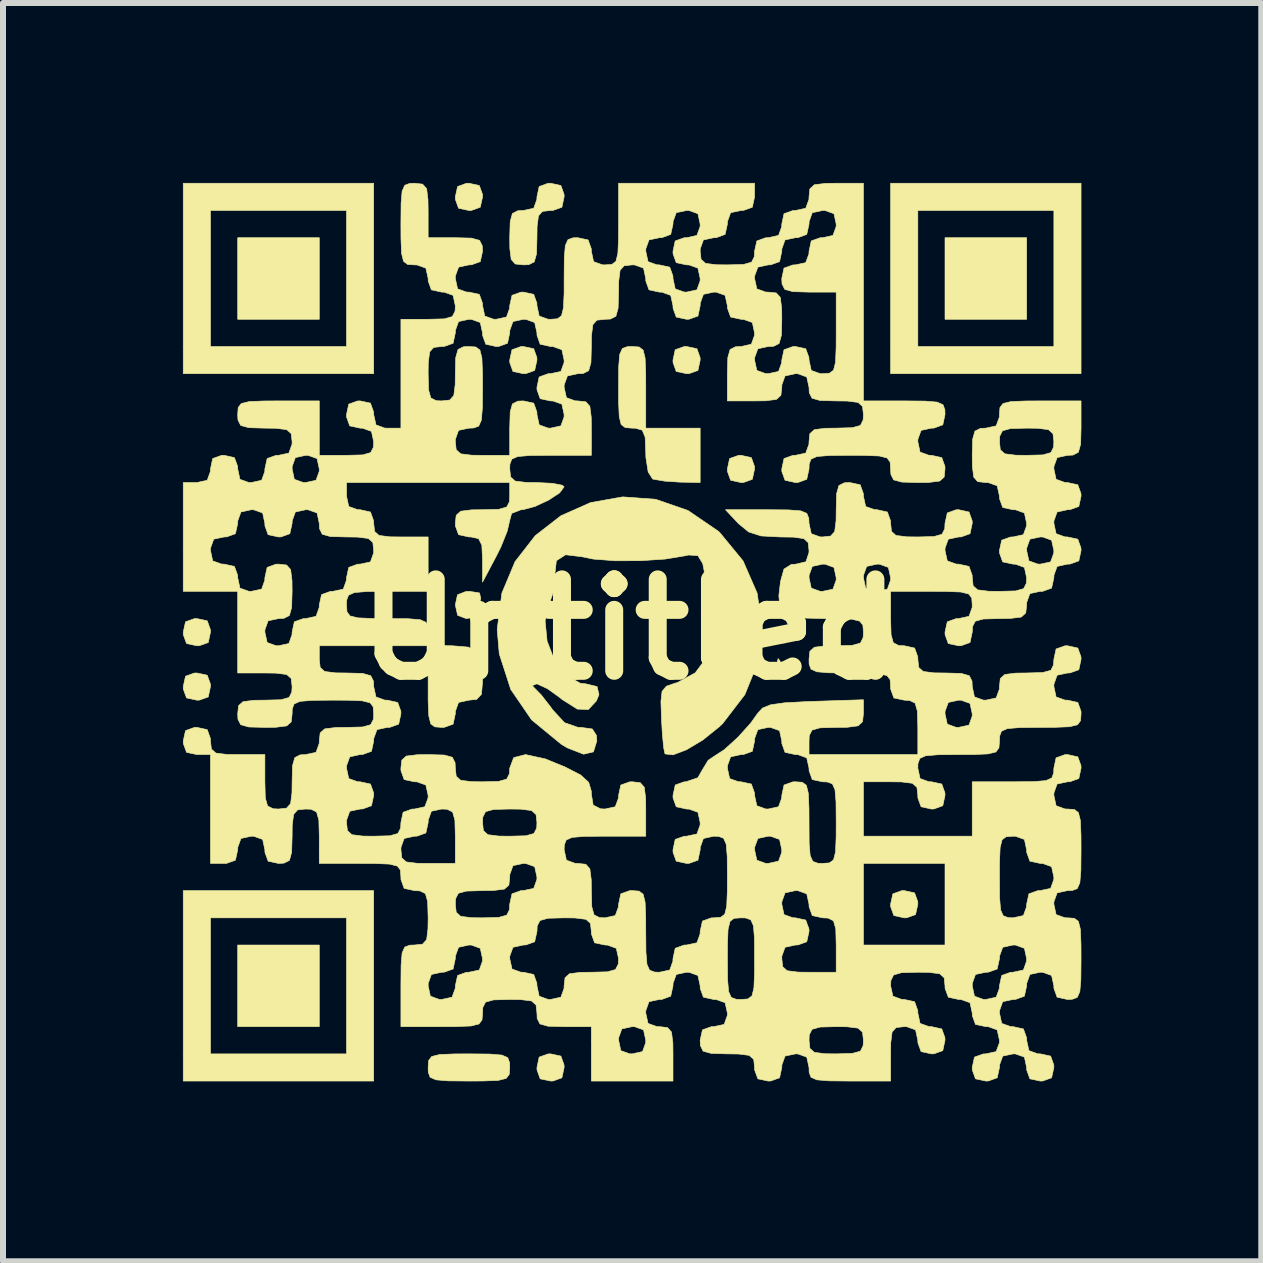
<source format=kicad_pcb>
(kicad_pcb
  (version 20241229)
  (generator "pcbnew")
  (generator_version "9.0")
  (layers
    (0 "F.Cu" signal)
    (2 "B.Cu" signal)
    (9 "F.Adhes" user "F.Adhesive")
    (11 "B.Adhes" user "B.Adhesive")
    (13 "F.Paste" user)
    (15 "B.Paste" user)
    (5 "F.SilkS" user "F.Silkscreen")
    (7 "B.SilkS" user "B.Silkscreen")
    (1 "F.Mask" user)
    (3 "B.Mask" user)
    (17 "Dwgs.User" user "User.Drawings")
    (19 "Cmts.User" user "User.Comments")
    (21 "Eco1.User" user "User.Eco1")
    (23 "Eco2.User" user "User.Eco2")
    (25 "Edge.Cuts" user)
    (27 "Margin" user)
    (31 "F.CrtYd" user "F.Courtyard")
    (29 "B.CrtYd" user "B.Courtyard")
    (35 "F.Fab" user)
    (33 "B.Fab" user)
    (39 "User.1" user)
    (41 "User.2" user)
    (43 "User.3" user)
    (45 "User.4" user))
  (footprint "Untitled"
    (layer "F.Cu")
    (at 7.444 7.444)
    (property "Reference" "Untitled" (at 0 0 0) (layer "F.SilkS") (effects (font (size 1.524 1.524) (thickness 0.3))))
    (attr through_hole)
    (fp_poly (pts (xy -5.171 -5.171) (xy -6.531 -5.171) (xy -6.531 -6.531) (xy -5.171 -6.531) (xy -5.171 -5.171)) (stroke (width 0.01) (type solid)) (fill yes) (layer "F.SilkS"))
    (fp_poly (pts (xy -5.171 6.622) (xy -6.531 6.622) (xy -6.531 5.261) (xy -5.171 5.261) (xy -5.171 6.622)) (stroke (width 0.01) (type solid)) (fill yes) (layer "F.SilkS"))
    (fp_poly (pts (xy 6.622 -5.171) (xy 5.261 -5.171) (xy 5.261 -6.531) (xy 6.622 -6.531) (xy 6.622 -5.171)) (stroke (width 0.01) (type solid)) (fill yes) (layer "F.SilkS"))
    (fp_poly (pts (xy 2.511 0.527) (xy 2.522 0.669) (xy 2.504 0.701) (xy 2.463 0.674) (xy 2.456 0.582) (xy 2.479 0.485) (xy 2.511 0.527)) (stroke (width 0.01) (type solid)) (fill yes) (layer "F.SilkS"))
    (fp_poly (pts (xy -4.264 -4.264) (xy -7.439 -4.264) (xy -7.439 -6.985) (xy -6.985 -6.985) (xy -6.985 -4.717) (xy -4.717 -4.717) (xy -4.717 -6.985) (xy -6.985 -6.985) (xy -7.439 -6.985) (xy -7.439 -7.439) (xy -4.264 -7.439) (xy -4.264 -4.264)) (stroke (width 0.01) (type solid)) (fill yes) (layer "F.SilkS"))
    (fp_poly (pts (xy -4.264 7.529) (xy -7.439 7.529) (xy -7.439 4.808) (xy -6.985 4.808) (xy -6.985 7.076) (xy -4.717 7.076) (xy -4.717 4.808) (xy -6.985 4.808) (xy -7.439 4.808) (xy -7.439 4.354) (xy -4.264 4.354) (xy -4.264 7.529)) (stroke (width 0.01) (type solid)) (fill yes) (layer "F.SilkS"))
    (fp_poly (pts (xy 7.529 -4.264) (xy 4.354 -4.264) (xy 4.354 -6.985) (xy 4.808 -6.985) (xy 4.808 -4.717) (xy 7.076 -4.717) (xy 7.076 -6.985) (xy 4.808 -6.985) (xy 4.354 -6.985) (xy 4.354 -7.439) (xy 7.529 -7.439) (xy 7.529 -4.264)) (stroke (width 0.01) (type solid)) (fill yes) (layer "F.SilkS"))
    (fp_poly (pts (xy -7.039 -0.144) (xy -6.986 0.004) (xy -6.985 0.045) (xy -7.022 0.218) (xy -7.17 0.271) (xy -7.212 0.272) (xy -7.384 0.235) (xy -7.438 0.087) (xy -7.439 0.045) (xy -7.401 -0.127) (xy -7.254 -0.18) (xy -7.212 -0.181) (xy -7.039 -0.144)) (stroke (width 0.01) (type solid)) (fill yes) (layer "F.SilkS"))
    (fp_poly (pts (xy -7.039 0.763) (xy -6.986 0.911) (xy -6.985 0.953) (xy -7.022 1.125) (xy -7.17 1.178) (xy -7.212 1.179) (xy -7.384 1.142) (xy -7.438 0.994) (xy -7.439 0.953) (xy -7.401 0.78) (xy -7.254 0.727) (xy -7.212 0.726) (xy -7.039 0.763)) (stroke (width 0.01) (type solid)) (fill yes) (layer "F.SilkS"))
    (fp_poly (pts (xy -2.503 -7.401) (xy -2.45 -7.254) (xy -2.449 -7.212) (xy -2.487 -7.039) (xy -2.634 -6.986) (xy -2.676 -6.985) (xy -2.849 -7.022) (xy -2.902 -7.17) (xy -2.903 -7.212) (xy -2.865 -7.384) (xy -2.718 -7.438) (xy -2.676 -7.439) (xy -2.503 -7.401)) (stroke (width 0.01) (type solid)) (fill yes) (layer "F.SilkS"))
    (fp_poly (pts (xy -2.499 -0.608) (xy -2.478 -0.512) (xy -2.485 -0.492) (xy -2.534 -0.319) (xy -2.54 -0.265) (xy -2.616 -0.197) (xy -2.721 -0.181) (xy -2.864 -0.235) (xy -2.903 -0.408) (xy -2.867 -0.578) (xy -2.725 -0.633) (xy -2.666 -0.635) (xy -2.499 -0.608)) (stroke (width 0.01) (type solid)) (fill yes) (layer "F.SilkS"))
    (fp_poly (pts (xy -1.596 -4.68) (xy -1.543 -4.532) (xy -1.542 -4.49) (xy -1.58 -4.318) (xy -1.727 -4.265) (xy -1.769 -4.264) (xy -1.942 -4.301) (xy -1.995 -4.449) (xy -1.996 -4.49) (xy -1.958 -4.663) (xy -1.811 -4.716) (xy -1.769 -4.717) (xy -1.596 -4.68)) (stroke (width 0.01) (type solid)) (fill yes) (layer "F.SilkS"))
    (fp_poly (pts (xy -1.143 7.113) (xy -1.09 7.261) (xy -1.089 7.303) (xy -1.126 7.475) (xy -1.274 7.528) (xy -1.315 7.529) (xy -1.488 7.492) (xy -1.541 7.344) (xy -1.542 7.303) (xy -1.505 7.13) (xy -1.357 7.077) (xy -1.315 7.076) (xy -1.143 7.113)) (stroke (width 0.01) (type solid)) (fill yes) (layer "F.SilkS"))
    (fp_poly (pts (xy 1.125 -4.68) (xy 1.178 -4.532) (xy 1.179 -4.49) (xy 1.142 -4.318) (xy 0.994 -4.265) (xy 0.953 -4.264) (xy 0.78 -4.301) (xy 0.727 -4.449) (xy 0.726 -4.49) (xy 0.763 -4.663) (xy 0.911 -4.716) (xy 0.953 -4.717) (xy 1.125 -4.68)) (stroke (width 0.01) (type solid)) (fill yes) (layer "F.SilkS"))
    (fp_poly (pts (xy 2.032 -2.865) (xy 2.085 -2.718) (xy 2.086 -2.676) (xy 2.049 -2.503) (xy 1.901 -2.45) (xy 1.86 -2.449) (xy 1.687 -2.487) (xy 1.634 -2.634) (xy 1.633 -2.676) (xy 1.67 -2.849) (xy 1.818 -2.902) (xy 1.86 -2.903) (xy 2.032 -2.865)) (stroke (width 0.01) (type solid)) (fill yes) (layer "F.SilkS"))
    (fp_poly (pts (xy 4.754 4.392) (xy 4.807 4.539) (xy 4.808 4.581) (xy 4.77 4.754) (xy 4.623 4.807) (xy 4.581 4.808) (xy 4.408 4.77) (xy 4.355 4.623) (xy 4.354 4.581) (xy 4.392 4.408) (xy 4.539 4.355) (xy 4.581 4.354) (xy 4.754 4.392)) (stroke (width 0.01) (type solid)) (fill yes) (layer "F.SilkS"))
    (fp_poly (pts (xy -2.33 7.079) (xy -2.127 7.096) (xy -2.029 7.139) (xy -1.998 7.223) (xy -1.996 7.303) (xy -2.004 7.418) (xy -2.055 7.485) (xy -2.187 7.518) (xy -2.437 7.528) (xy -2.676 7.529) (xy -3.022 7.526) (xy -3.225 7.509) (xy -3.323 7.466) (xy -3.354 7.382) (xy -3.356 7.303) (xy -3.348 7.187) (xy -3.297 7.12) (xy -3.165 7.087) (xy -2.915 7.077) (xy -2.676 7.076) (xy -2.33 7.079)) (stroke (width 0.01) (type solid)) (fill yes) (layer "F.SilkS"))
    (fp_poly (pts (xy -1.143 -7.401) (xy -1.09 -7.254) (xy -1.089 -7.212) (xy -1.126 -7.039) (xy -1.274 -6.986) (xy -1.315 -6.985) (xy -1.45 -6.97) (xy -1.517 -6.895) (xy -1.54 -6.713) (xy -1.542 -6.531) (xy -1.549 -6.262) (xy -1.587 -6.128) (xy -1.678 -6.082) (xy -1.769 -6.078) (xy -1.904 -6.093) (xy -1.971 -6.168) (xy -1.994 -6.349) (xy -1.996 -6.531) (xy -1.988 -6.801) (xy -1.951 -6.935) (xy -1.86 -6.981) (xy -1.769 -6.985) (xy -1.596 -7.022) (xy -1.543 -7.17) (xy -1.542 -7.212) (xy -1.505 -7.384) (xy -1.357 -7.438) (xy -1.315 -7.439) (xy -1.143 -7.401)) (stroke (width 0.01) (type solid)) (fill yes) (layer "F.SilkS"))
    (fp_poly (pts (xy 0.161 -4.709) (xy 0.228 -4.658) (xy 0.261 -4.526) (xy 0.271 -4.276) (xy 0.272 -4.037) (xy 0.272 -3.356) (xy 1.179 -3.356) (xy 1.179 -2.449) (xy 0.839 -2.456) (xy 0.585 -2.473) (xy 0.402 -2.504) (xy 0.386 -2.509) (xy 0.312 -2.626) (xy 0.274 -2.87) (xy 0.272 -2.956) (xy 0.262 -3.205) (xy 0.214 -3.322) (xy 0.101 -3.355) (xy 0.045 -3.356) (xy -0.07 -3.365) (xy -0.138 -3.416) (xy -0.17 -3.547) (xy -0.181 -3.798) (xy -0.181 -4.037) (xy -0.179 -4.383) (xy -0.162 -4.586) (xy -0.118 -4.684) (xy -0.034 -4.715) (xy 0.045 -4.717) (xy 0.161 -4.709)) (stroke (width 0.01) (type solid)) (fill yes) (layer "F.SilkS"))
    (fp_poly (pts (xy 0.437 -2.17) (xy 0.976 -1.983) (xy 1.48 -1.639) (xy 1.507 -1.614) (xy 1.894 -1.143) (xy 2.129 -0.605) (xy 2.212 -0.033) (xy 2.144 0.542) (xy 1.924 1.087) (xy 1.554 1.569) (xy 1.497 1.623) (xy 1.223 1.843) (xy 0.951 2.006) (xy 0.727 2.091) (xy 0.593 2.075) (xy 0.593 2.075) (xy 0.571 1.973) (xy 0.549 1.745) (xy 0.535 1.501) (xy 0.525 1.2) (xy 0.544 1.032) (xy 0.615 0.947) (xy 0.757 0.897) (xy 0.799 0.886) (xy 1.096 0.724) (xy 1.307 0.443) (xy 1.412 0.093) (xy 1.392 -0.276) (xy 1.324 -0.464) (xy 1.242 -0.675) (xy 1.228 -0.818) (xy 1.232 -0.828) (xy 1.247 -0.971) (xy 1.222 -1.098) (xy 1.141 -1.231) (xy 0.983 -1.241) (xy 0.921 -1.227) (xy 0.593 -1.173) (xy 0.184 -1.146) (xy -0.238 -1.145) (xy -0.602 -1.173) (xy -0.799 -1.213) (xy -1.065 -1.245) (xy -1.218 -1.146) (xy -1.243 -0.928) (xy -1.234 -0.882) (xy -1.245 -0.691) (xy -1.327 -0.457) (xy -1.328 -0.455) (xy -1.406 -0.144) (xy -1.373 0.195) (xy -1.25 0.513) (xy -1.058 0.763) (xy -0.819 0.897) (xy -0.728 0.907) (xy -0.54 0.952) (xy -0.508 1.087) (xy -0.551 1.191) (xy -0.685 1.335) (xy -0.869 1.328) (xy -1.122 1.168) (xy -1.163 1.134) (xy -1.368 0.987) (xy -1.532 0.911) (xy -1.555 0.909) (xy -1.621 0.938) (xy -1.583 0.977) (xy -1.472 1.09) (xy -1.318 1.287) (xy -1.282 1.338) (xy -1.083 1.554) (xy -0.862 1.631) (xy -0.81 1.633) (xy -0.619 1.659) (xy -0.55 1.767) (xy -0.544 1.86) (xy -0.6 2.041) (xy -0.764 2.08) (xy -1.034 1.975) (xy -1.134 1.916) (xy -1.631 1.507) (xy -1.979 0.999) (xy -2.17 0.407) (xy -2.205 0) (xy -2.127 -0.605) (xy -1.907 -1.13) (xy -1.57 -1.564) (xy -1.142 -1.896) (xy -0.648 -2.115) (xy -0.113 -2.21) (xy 0.437 -2.17)) (stroke (width 0.01) (type solid)) (fill yes) (layer "F.SilkS"))
    (fp_poly (pts (xy 2.086 -7.212) (xy 2.049 -7.039) (xy 1.901 -6.986) (xy 1.86 -6.985) (xy 1.687 -6.948) (xy 1.634 -6.8) (xy 1.633 -6.758) (xy 1.595 -6.586) (xy 1.448 -6.532) (xy 1.406 -6.531) (xy 1.233 -6.494) (xy 1.18 -6.346) (xy 1.179 -6.305) (xy 1.194 -6.17) (xy 1.269 -6.103) (xy 1.451 -6.08) (xy 1.633 -6.078) (xy 1.902 -6.085) (xy 2.036 -6.123) (xy 2.082 -6.214) (xy 2.086 -6.305) (xy 2.124 -6.477) (xy 2.271 -6.53) (xy 2.313 -6.531) (xy 2.486 -6.569) (xy 2.539 -6.716) (xy 2.54 -6.758) (xy 2.577 -6.931) (xy 2.725 -6.984) (xy 2.767 -6.985) (xy 2.939 -7.022) (xy 2.993 -7.17) (xy 2.994 -7.212) (xy 3.008 -7.346) (xy 3.083 -7.414) (xy 3.265 -7.436) (xy 3.447 -7.439) (xy 3.901 -7.439) (xy 3.901 -3.81) (xy 4.581 -3.81) (xy 4.927 -3.807) (xy 5.13 -3.79) (xy 5.228 -3.746) (xy 5.259 -3.663) (xy 5.261 -3.583) (xy 5.224 -3.411) (xy 5.076 -3.357) (xy 5.035 -3.356) (xy 4.862 -3.319) (xy 4.809 -3.171) (xy 4.808 -3.13) (xy 4.845 -2.957) (xy 4.993 -2.904) (xy 5.035 -2.903) (xy 5.207 -2.865) (xy 5.26 -2.718) (xy 5.261 -2.676) (xy 5.247 -2.541) (xy 5.172 -2.474) (xy 4.99 -2.451) (xy 4.808 -2.449) (xy 4.539 -2.457) (xy 4.404 -2.494) (xy 4.359 -2.585) (xy 4.354 -2.676) (xy 4.346 -2.791) (xy 4.295 -2.859) (xy 4.163 -2.892) (xy 3.913 -2.902) (xy 3.674 -2.903) (xy 3.328 -2.9) (xy 3.125 -2.883) (xy 3.027 -2.839) (xy 2.996 -2.756) (xy 2.994 -2.676) (xy 2.956 -2.503) (xy 2.809 -2.45) (xy 2.767 -2.449) (xy 2.594 -2.487) (xy 2.541 -2.634) (xy 2.54 -2.676) (xy 2.577 -2.849) (xy 2.725 -2.902) (xy 2.767 -2.903) (xy 2.939 -2.94) (xy 2.993 -3.088) (xy 2.994 -3.13) (xy 3.008 -3.264) (xy 3.083 -3.331) (xy 3.265 -3.354) (xy 3.447 -3.356) (xy 3.716 -3.364) (xy 3.851 -3.401) (xy 3.896 -3.492) (xy 3.901 -3.583) (xy 3.886 -3.718) (xy 3.811 -3.785) (xy 3.629 -3.808) (xy 3.447 -3.81) (xy 3.178 -3.817) (xy 3.044 -3.855) (xy 2.998 -3.946) (xy 2.994 -4.037) (xy 2.956 -4.209) (xy 2.809 -4.263) (xy 2.767 -4.264) (xy 2.594 -4.226) (xy 2.541 -4.079) (xy 2.54 -4.037) (xy 2.525 -3.902) (xy 2.45 -3.835) (xy 2.268 -3.812) (xy 2.086 -3.81) (xy 1.633 -3.81) (xy 1.633 -4.264) (xy 1.64 -4.533) (xy 1.678 -4.667) (xy 1.769 -4.713) (xy 1.86 -4.717) (xy 2.032 -4.755) (xy 2.085 -4.902) (xy 2.086 -4.944) (xy 2.049 -5.117) (xy 1.901 -5.17) (xy 1.86 -5.171) (xy 1.687 -5.208) (xy 1.634 -5.356) (xy 1.633 -5.397) (xy 1.595 -5.57) (xy 1.448 -5.623) (xy 1.406 -5.624) (xy 1.233 -5.587) (xy 1.18 -5.439) (xy 1.179 -5.397) (xy 1.142 -5.225) (xy 0.994 -5.172) (xy 0.953 -5.171) (xy 0.78 -5.208) (xy 0.727 -5.356) (xy 0.726 -5.397) (xy 0.688 -5.57) (xy 0.541 -5.623) (xy 0.499 -5.624) (xy 0.326 -5.662) (xy 0.273 -5.809) (xy 0.272 -5.851) (xy 0.235 -6.024) (xy 0.087 -6.077) (xy 0.045 -6.078) (xy -0.089 -6.063) (xy -0.156 -5.988) (xy -0.179 -5.806) (xy -0.181 -5.624) (xy -0.189 -5.355) (xy -0.226 -5.221) (xy -0.317 -5.175) (xy -0.408 -5.171) (xy -0.543 -5.156) (xy -0.61 -5.081) (xy -0.633 -4.899) (xy -0.635 -4.717) (xy -0.642 -4.448) (xy -0.68 -4.314) (xy -0.771 -4.268) (xy -0.862 -4.264) (xy -1.034 -4.226) (xy -1.088 -4.079) (xy -1.089 -4.037) (xy -1.051 -3.864) (xy -0.904 -3.811) (xy -0.862 -3.81) (xy -0.727 -3.795) (xy -0.66 -3.72) (xy -0.637 -3.538) (xy -0.635 -3.356) (xy -0.635 -2.903) (xy -1.315 -2.903) (xy -1.661 -2.9) (xy -1.864 -2.883) (xy -1.962 -2.839) (xy -1.993 -2.756) (xy -1.996 -2.676) (xy -1.981 -2.541) (xy -1.906 -2.474) (xy -1.724 -2.451) (xy -1.542 -2.449) (xy -1.283 -2.436) (xy -1.119 -2.404) (xy -1.089 -2.378) (xy -1.164 -2.277) (xy -1.348 -2.156) (xy -1.573 -2.051) (xy -1.775 -1.997) (xy -1.806 -1.996) (xy -1.964 -1.935) (xy -1.996 -1.819) (xy -2.037 -1.64) (xy -2.142 -1.378) (xy -2.223 -1.216) (xy -2.449 -0.789) (xy -2.449 -1.166) (xy -2.461 -1.405) (xy -2.515 -1.514) (xy -2.642 -1.542) (xy -2.676 -1.542) (xy -2.849 -1.58) (xy -2.902 -1.727) (xy -2.903 -1.769) (xy -2.888 -1.904) (xy -2.813 -1.971) (xy -2.631 -1.994) (xy -2.449 -1.996) (xy -2.18 -2.003) (xy -2.046 -2.041) (xy -2 -2.131) (xy -1.996 -2.223) (xy -1.996 -2.449) (xy -4.717 -2.449) (xy -4.717 -2.223) (xy -4.68 -2.05) (xy -4.532 -1.997) (xy -4.49 -1.996) (xy -4.318 -1.958) (xy -4.265 -1.811) (xy -4.264 -1.769) (xy -4.249 -1.634) (xy -4.174 -1.567) (xy -3.992 -1.544) (xy -3.81 -1.542) (xy -3.356 -1.542) (xy -3.356 -0.635) (xy -4.037 -0.635) (xy -4.383 -0.632) (xy -4.586 -0.615) (xy -4.684 -0.571) (xy -4.715 -0.488) (xy -4.717 -0.408) (xy -4.709 -0.293) (xy -4.658 -0.225) (xy -4.526 -0.193) (xy -4.276 -0.182) (xy -4.037 -0.181) (xy -3.691 -0.179) (xy -3.488 -0.162) (xy -3.39 -0.118) (xy -3.359 -0.034) (xy -3.356 0.045) (xy -3.339 0.187) (xy -3.254 0.253) (xy -3.052 0.271) (xy -2.958 0.272) (xy -2.683 0.295) (xy -2.529 0.389) (xy -2.462 0.592) (xy -2.449 0.869) (xy -2.467 1.081) (xy -2.547 1.166) (xy -2.676 1.179) (xy -2.849 1.217) (xy -2.902 1.364) (xy -2.903 1.406) (xy -2.94 1.579) (xy -3.088 1.632) (xy -3.13 1.633) (xy -3.245 1.624) (xy -3.313 1.573) (xy -3.345 1.442) (xy -3.356 1.191) (xy -3.356 0.953) (xy -3.356 0.272) (xy -5.171 0.272) (xy -5.171 0.499) (xy -5.156 0.634) (xy -5.081 0.701) (xy -4.899 0.724) (xy -4.717 0.726) (xy -4.448 0.733) (xy -4.314 0.771) (xy -4.268 0.861) (xy -4.264 0.953) (xy -4.226 1.125) (xy -4.079 1.178) (xy -4.037 1.179) (xy -3.864 1.217) (xy -3.811 1.364) (xy -3.81 1.406) (xy -3.847 1.579) (xy -3.995 1.632) (xy -4.037 1.633) (xy -4.209 1.67) (xy -4.263 1.818) (xy -4.264 1.86) (xy -4.301 2.032) (xy -4.449 2.085) (xy -4.49 2.086) (xy -4.663 2.124) (xy -4.716 2.271) (xy -4.717 2.313) (xy -4.68 2.486) (xy -4.532 2.539) (xy -4.49 2.54) (xy -4.318 2.577) (xy -4.265 2.725) (xy -4.264 2.767) (xy -4.301 2.939) (xy -4.449 2.993) (xy -4.49 2.994) (xy -4.663 3.031) (xy -4.716 3.179) (xy -4.717 3.22) (xy -4.702 3.355) (xy -4.627 3.422) (xy -4.446 3.445) (xy -4.264 3.447) (xy -3.994 3.44) (xy -3.86 3.402) (xy -3.814 3.311) (xy -3.81 3.22) (xy -3.773 3.048) (xy -3.625 2.995) (xy -3.583 2.994) (xy -3.411 2.956) (xy -3.357 2.809) (xy -3.356 2.767) (xy -3.394 2.594) (xy -3.541 2.541) (xy -3.583 2.54) (xy -3.756 2.503) (xy -3.809 2.355) (xy -3.81 2.313) (xy -3.795 2.179) (xy -3.72 2.111) (xy -3.538 2.089) (xy -3.356 2.086) (xy -3.087 2.094) (xy -2.953 2.131) (xy -2.907 2.222) (xy -2.903 2.313) (xy -2.888 2.448) (xy -2.813 2.515) (xy -2.631 2.538) (xy -2.449 2.54) (xy -2.18 2.533) (xy -2.046 2.495) (xy -2 2.404) (xy -1.996 2.313) (xy -1.93 2.137) (xy -1.732 2.086) (xy -1.403 2.158) (xy -1.079 2.29) (xy -0.814 2.426) (xy -0.68 2.548) (xy -0.636 2.695) (xy -0.635 2.744) (xy -0.605 2.928) (xy -0.483 2.99) (xy -0.408 2.994) (xy -0.236 2.956) (xy -0.182 2.809) (xy -0.181 2.767) (xy -0.144 2.594) (xy 0.004 2.541) (xy 0.045 2.54) (xy 0.18 2.555) (xy 0.247 2.63) (xy 0.27 2.812) (xy 0.272 2.994) (xy 0.272 3.447) (xy -0.408 3.447) (xy -0.754 3.45) (xy -0.957 3.467) (xy -1.055 3.511) (xy -1.086 3.594) (xy -1.089 3.674) (xy -1.051 3.847) (xy -0.904 3.9) (xy -0.862 3.901) (xy -0.727 3.915) (xy -0.66 3.99) (xy -0.637 4.172) (xy -0.635 4.354) (xy -0.628 4.623) (xy -0.59 4.758) (xy -0.499 4.804) (xy -0.408 4.808) (xy -0.236 4.77) (xy -0.182 4.623) (xy -0.181 4.581) (xy -0.144 4.408) (xy 0.004 4.355) (xy 0.045 4.354) (xy 0.161 4.363) (xy 0.228 4.414) (xy 0.261 4.545) (xy 0.271 4.796) (xy 0.272 5.035) (xy 0.275 5.381) (xy 0.292 5.584) (xy 0.336 5.681) (xy 0.419 5.712) (xy 0.499 5.715) (xy 0.672 5.678) (xy 0.725 5.53) (xy 0.726 5.488) (xy 1.633 5.488) (xy 1.636 5.834) (xy 1.653 6.037) (xy 1.697 6.135) (xy 1.78 6.166) (xy 1.86 6.169) (xy 1.975 6.16) (xy 2.043 6.109) (xy 2.075 5.978) (xy 2.086 5.727) (xy 2.086 5.488) (xy 2.084 5.142) (xy 2.067 4.939) (xy 2.023 4.841) (xy 1.939 4.81) (xy 1.86 4.808) (xy 1.744 4.816) (xy 1.677 4.867) (xy 1.644 4.999) (xy 1.634 5.249) (xy 1.633 5.488) (xy 0.726 5.488) (xy 0.763 5.316) (xy 0.911 5.262) (xy 0.953 5.261) (xy 1.125 5.224) (xy 1.178 5.076) (xy 1.179 5.035) (xy 1.217 4.862) (xy 1.364 4.809) (xy 1.406 4.808) (xy 1.521 4.799) (xy 1.589 4.748) (xy 1.622 4.617) (xy 1.623 4.581) (xy 2.54 4.581) (xy 2.577 4.754) (xy 2.725 4.807) (xy 2.767 4.808) (xy 2.939 4.845) (xy 2.993 4.993) (xy 2.994 5.035) (xy 2.956 5.207) (xy 2.809 5.26) (xy 2.767 5.261) (xy 2.594 5.299) (xy 2.541 5.446) (xy 2.54 5.488) (xy 2.555 5.623) (xy 2.63 5.69) (xy 2.812 5.713) (xy 2.994 5.715) (xy 3.447 5.715) (xy 3.447 5.261) (xy 3.44 4.992) (xy 3.402 4.858) (xy 3.311 4.812) (xy 3.22 4.808) (xy 3.048 4.77) (xy 2.995 4.623) (xy 2.994 4.581) (xy 2.956 4.408) (xy 2.809 4.355) (xy 2.767 4.354) (xy 2.594 4.392) (xy 2.541 4.539) (xy 2.54 4.581) (xy 1.623 4.581) (xy 1.632 4.366) (xy 1.633 4.128) (xy 1.63 3.781) (xy 1.621 3.674) (xy 2.086 3.674) (xy 2.124 3.847) (xy 2.271 3.9) (xy 2.313 3.901) (xy 2.486 3.863) (xy 2.539 3.716) (xy 2.54 3.674) (xy 2.503 3.501) (xy 2.355 3.448) (xy 2.313 3.447) (xy 2.141 3.485) (xy 2.087 3.632) (xy 2.086 3.674) (xy 1.621 3.674) (xy 1.613 3.579) (xy 1.569 3.481) (xy 1.486 3.45) (xy 1.406 3.447) (xy 1.233 3.485) (xy 1.18 3.632) (xy 1.179 3.674) (xy 1.142 3.847) (xy 0.994 3.9) (xy 0.953 3.901) (xy 0.78 3.863) (xy 0.727 3.716) (xy 0.726 3.674) (xy 0.763 3.501) (xy 0.911 3.448) (xy 0.953 3.447) (xy 1.125 3.41) (xy 1.178 3.262) (xy 1.179 3.22) (xy 1.142 3.048) (xy 0.994 2.995) (xy 0.953 2.994) (xy 0.78 2.956) (xy 0.727 2.809) (xy 0.726 2.767) (xy 0.764 2.593) (xy 0.911 2.541) (xy 0.942 2.54) (xy 1.141 2.472) (xy 1.205 2.359) (xy 1.233 2.313) (xy 1.633 2.313) (xy 1.67 2.486) (xy 1.818 2.539) (xy 1.86 2.54) (xy 2.032 2.577) (xy 2.085 2.725) (xy 2.086 2.767) (xy 2.124 2.939) (xy 2.271 2.993) (xy 2.313 2.994) (xy 2.486 2.956) (xy 2.539 2.809) (xy 2.54 2.767) (xy 2.577 2.594) (xy 2.725 2.541) (xy 2.767 2.54) (xy 2.882 2.548) (xy 2.95 2.599) (xy 2.982 2.731) (xy 2.993 2.981) (xy 2.994 3.22) (xy 2.996 3.566) (xy 3.013 3.769) (xy 3.057 3.867) (xy 3.141 3.898) (xy 3.22 3.901) (xy 3.901 3.901) (xy 3.901 5.261) (xy 5.261 5.261) (xy 5.261 4.128) (xy 6.169 4.128) (xy 6.171 4.474) (xy 6.188 4.676) (xy 6.232 4.774) (xy 6.316 4.805) (xy 6.395 4.808) (xy 6.568 4.77) (xy 6.621 4.623) (xy 6.622 4.581) (xy 6.66 4.408) (xy 6.807 4.355) (xy 6.849 4.354) (xy 7.022 4.317) (xy 7.075 4.169) (xy 7.076 4.128) (xy 7.038 3.955) (xy 6.891 3.902) (xy 6.849 3.901) (xy 6.676 3.863) (xy 6.623 3.716) (xy 6.622 3.674) (xy 6.585 3.501) (xy 6.437 3.448) (xy 6.395 3.447) (xy 6.28 3.456) (xy 6.212 3.507) (xy 6.18 3.638) (xy 6.169 3.889) (xy 6.169 4.128) (xy 5.261 4.128) (xy 5.261 3.901) (xy 3.901 3.901) (xy 3.22 3.901) (xy 3.336 3.892) (xy 3.403 3.841) (xy 3.436 3.71) (xy 3.446 3.459) (xy 3.447 3.22) (xy 3.444 2.874) (xy 3.427 2.671) (xy 3.383 2.574) (xy 3.3 2.543) (xy 3.22 2.54) (xy 3.048 2.503) (xy 2.995 2.355) (xy 2.994 2.313) (xy 2.956 2.141) (xy 2.809 2.087) (xy 2.767 2.086) (xy 2.594 2.049) (xy 2.541 1.901) (xy 2.54 1.86) (xy 2.503 1.687) (xy 2.355 1.634) (xy 2.313 1.633) (xy 2.141 1.67) (xy 2.087 1.818) (xy 2.086 1.86) (xy 2.049 2.032) (xy 1.901 2.085) (xy 1.86 2.086) (xy 1.687 2.124) (xy 1.634 2.271) (xy 1.633 2.313) (xy 1.233 2.313) (xy 1.312 2.182) (xy 1.402 2.121) (xy 1.582 2.004) (xy 1.809 1.798) (xy 2.023 1.56) (xy 2.141 1.394) (xy 2.218 1.311) (xy 2.354 1.256) (xy 2.587 1.223) (xy 2.954 1.203) (xy 3.071 1.199) (xy 3.901 1.172) (xy 3.901 1.403) (xy 3.886 1.539) (xy 3.813 1.607) (xy 3.633 1.631) (xy 3.447 1.633) (xy 3.178 1.64) (xy 3.044 1.678) (xy 2.998 1.769) (xy 2.994 1.86) (xy 2.994 2.086) (xy 4.808 2.086) (xy 4.808 1.633) (xy 4.802 1.406) (xy 5.261 1.406) (xy 5.299 1.579) (xy 5.446 1.632) (xy 5.488 1.633) (xy 5.661 1.595) (xy 5.714 1.448) (xy 5.715 1.406) (xy 5.678 1.233) (xy 5.53 1.18) (xy 5.488 1.179) (xy 5.316 1.217) (xy 5.262 1.364) (xy 5.261 1.406) (xy 4.802 1.406) (xy 4.801 1.364) (xy 4.763 1.229) (xy 4.672 1.184) (xy 4.581 1.179) (xy 4.408 1.142) (xy 4.355 0.994) (xy 4.354 0.953) (xy 4.346 0.837) (xy 4.295 0.77) (xy 4.163 0.737) (xy 3.913 0.727) (xy 3.674 0.726) (xy 3.328 0.723) (xy 3.125 0.706) (xy 3.027 0.662) (xy 2.996 0.579) (xy 2.994 0.499) (xy 3.008 0.364) (xy 3.083 0.297) (xy 3.265 0.274) (xy 3.447 0.272) (xy 3.716 0.265) (xy 3.851 0.227) (xy 3.896 0.136) (xy 3.901 0.045) (xy 3.892 -0.071) (xy 3.84 -0.138) (xy 3.707 -0.171) (xy 3.454 -0.181) (xy 3.231 -0.181) (xy 2.85 -0.192) (xy 2.62 -0.242) (xy 2.51 -0.357) (xy 2.491 -0.563) (xy 2.518 -0.799) (xy 2.536 -0.862) (xy 2.994 -0.862) (xy 3.031 -0.689) (xy 3.179 -0.636) (xy 3.22 -0.635) (xy 3.393 -0.672) (xy 3.446 -0.82) (xy 3.447 -0.862) (xy 3.901 -0.862) (xy 3.938 -0.689) (xy 4.086 -0.636) (xy 4.128 -0.635) (xy 4.3 -0.672) (xy 4.353 -0.82) (xy 4.354 -0.862) (xy 4.317 -1.034) (xy 4.169 -1.088) (xy 4.128 -1.089) (xy 3.955 -1.051) (xy 3.902 -0.904) (xy 3.901 -0.862) (xy 3.447 -0.862) (xy 3.41 -1.034) (xy 3.262 -1.088) (xy 3.22 -1.089) (xy 3.048 -1.051) (xy 2.995 -0.904) (xy 2.994 -0.862) (xy 2.536 -0.862) (xy 2.576 -1.006) (xy 2.697 -1.083) (xy 2.777 -1.089) (xy 2.943 -1.129) (xy 2.993 -1.282) (xy 2.994 -1.315) (xy 2.98 -1.447) (xy 2.909 -1.514) (xy 2.737 -1.539) (xy 2.51 -1.542) (xy 2.195 -1.559) (xy 1.988 -1.625) (xy 1.82 -1.763) (xy 1.814 -1.769) (xy 1.601 -1.996) (xy 2.297 -1.996) (xy 2.648 -1.993) (xy 2.856 -1.977) (xy 2.957 -1.935) (xy 2.99 -1.854) (xy 2.994 -1.769) (xy 3.031 -1.596) (xy 3.179 -1.543) (xy 3.22 -1.542) (xy 3.355 -1.557) (xy 3.422 -1.632) (xy 3.445 -1.814) (xy 3.447 -1.996) (xy 3.454 -2.265) (xy 3.492 -2.399) (xy 3.583 -2.445) (xy 3.674 -2.449) (xy 3.847 -2.412) (xy 3.9 -2.264) (xy 3.901 -2.223) (xy 3.938 -2.05) (xy 4.086 -1.997) (xy 4.128 -1.996) (xy 4.3 -1.958) (xy 4.353 -1.811) (xy 4.354 -1.769) (xy 4.369 -1.634) (xy 4.444 -1.567) (xy 4.626 -1.544) (xy 4.808 -1.542) (xy 5.077 -1.549) (xy 5.211 -1.587) (xy 5.257 -1.678) (xy 5.261 -1.769) (xy 5.299 -1.942) (xy 5.446 -1.995) (xy 5.488 -1.996) (xy 5.661 -1.958) (xy 5.714 -1.811) (xy 5.715 -1.769) (xy 5.678 -1.596) (xy 5.53 -1.543) (xy 5.488 -1.542) (xy 5.316 -1.505) (xy 5.262 -1.357) (xy 5.261 -1.315) (xy 5.299 -1.143) (xy 5.446 -1.09) (xy 5.488 -1.089) (xy 5.661 -1.051) (xy 5.714 -0.904) (xy 5.715 -0.862) (xy 5.73 -0.727) (xy 5.805 -0.66) (xy 5.987 -0.637) (xy 6.169 -0.635) (xy 6.438 -0.642) (xy 6.572 -0.68) (xy 6.618 -0.771) (xy 6.622 -0.862) (xy 6.585 -1.034) (xy 6.437 -1.088) (xy 6.395 -1.089) (xy 6.223 -1.126) (xy 6.17 -1.274) (xy 6.169 -1.315) (xy 6.622 -1.315) (xy 6.66 -1.143) (xy 6.807 -1.09) (xy 6.849 -1.089) (xy 7.022 -1.126) (xy 7.075 -1.274) (xy 7.076 -1.315) (xy 7.038 -1.488) (xy 6.891 -1.541) (xy 6.849 -1.542) (xy 6.676 -1.505) (xy 6.623 -1.357) (xy 6.622 -1.315) (xy 6.169 -1.315) (xy 6.206 -1.488) (xy 6.354 -1.541) (xy 6.395 -1.542) (xy 6.568 -1.58) (xy 6.621 -1.727) (xy 6.622 -1.769) (xy 6.585 -1.942) (xy 6.437 -1.995) (xy 6.395 -1.996) (xy 6.223 -2.033) (xy 6.17 -2.181) (xy 6.169 -2.223) (xy 6.131 -2.395) (xy 5.984 -2.448) (xy 5.942 -2.449) (xy 5.807 -2.464) (xy 5.74 -2.539) (xy 5.717 -2.721) (xy 5.715 -2.903) (xy 5.721 -3.13) (xy 6.169 -3.13) (xy 6.183 -2.995) (xy 6.258 -2.928) (xy 6.44 -2.905) (xy 6.622 -2.903) (xy 6.891 -2.91) (xy 7.026 -2.948) (xy 7.071 -3.039) (xy 7.076 -3.13) (xy 7.061 -3.264) (xy 6.986 -3.331) (xy 6.804 -3.354) (xy 6.622 -3.356) (xy 6.353 -3.349) (xy 6.219 -3.312) (xy 6.173 -3.221) (xy 6.169 -3.13) (xy 5.721 -3.13) (xy 5.722 -3.172) (xy 5.76 -3.306) (xy 5.851 -3.352) (xy 5.942 -3.356) (xy 6.114 -3.394) (xy 6.168 -3.541) (xy 6.169 -3.583) (xy 6.177 -3.699) (xy 6.228 -3.766) (xy 6.36 -3.799) (xy 6.61 -3.809) (xy 6.849 -3.81) (xy 7.529 -3.81) (xy 7.529 -3.356) (xy 7.522 -3.087) (xy 7.484 -2.953) (xy 7.394 -2.907) (xy 7.303 -2.903) (xy 7.13 -2.865) (xy 7.077 -2.718) (xy 7.076 -2.676) (xy 7.113 -2.503) (xy 7.261 -2.45) (xy 7.303 -2.449) (xy 7.475 -2.412) (xy 7.528 -2.264) (xy 7.529 -2.223) (xy 7.492 -2.05) (xy 7.344 -1.997) (xy 7.303 -1.996) (xy 7.13 -1.958) (xy 7.077 -1.811) (xy 7.076 -1.769) (xy 7.113 -1.596) (xy 7.261 -1.543) (xy 7.303 -1.542) (xy 7.475 -1.505) (xy 7.528 -1.357) (xy 7.529 -1.315) (xy 7.492 -1.143) (xy 7.344 -1.09) (xy 7.303 -1.089) (xy 7.13 -1.051) (xy 7.077 -0.904) (xy 7.076 -0.862) (xy 7.038 -0.689) (xy 6.891 -0.636) (xy 6.849 -0.635) (xy 6.676 -0.598) (xy 6.623 -0.45) (xy 6.622 -0.408) (xy 6.607 -0.274) (xy 6.532 -0.206) (xy 6.351 -0.184) (xy 6.169 -0.181) (xy 5.899 -0.174) (xy 5.765 -0.137) (xy 5.719 -0.046) (xy 5.715 0.045) (xy 5.678 0.218) (xy 5.53 0.271) (xy 5.488 0.272) (xy 5.316 0.235) (xy 5.262 0.087) (xy 5.261 0.045) (xy 5.299 -0.127) (xy 5.446 -0.18) (xy 5.488 -0.181) (xy 5.661 -0.219) (xy 5.714 -0.366) (xy 5.715 -0.408) (xy 5.707 -0.524) (xy 5.656 -0.591) (xy 5.524 -0.624) (xy 5.274 -0.634) (xy 5.035 -0.635) (xy 4.354 -0.635) (xy 4.354 -0.181) (xy 4.362 0.088) (xy 4.399 0.222) (xy 4.49 0.268) (xy 4.581 0.272) (xy 4.754 0.31) (xy 4.807 0.457) (xy 4.808 0.499) (xy 4.823 0.634) (xy 4.898 0.701) (xy 5.079 0.724) (xy 5.261 0.726) (xy 5.531 0.733) (xy 5.665 0.771) (xy 5.711 0.861) (xy 5.715 0.953) (xy 5.752 1.125) (xy 5.9 1.178) (xy 5.942 1.179) (xy 6.114 1.142) (xy 6.168 0.994) (xy 6.169 0.953) (xy 6.183 0.818) (xy 6.258 0.751) (xy 6.44 0.728) (xy 6.622 0.726) (xy 6.891 0.718) (xy 7.026 0.681) (xy 7.071 0.59) (xy 7.076 0.499) (xy 7.113 0.326) (xy 7.261 0.273) (xy 7.303 0.272) (xy 7.475 0.31) (xy 7.528 0.457) (xy 7.529 0.499) (xy 7.492 0.672) (xy 7.344 0.725) (xy 7.303 0.726) (xy 7.13 0.763) (xy 7.077 0.911) (xy 7.076 0.953) (xy 7.113 1.125) (xy 7.261 1.178) (xy 7.303 1.179) (xy 7.475 1.217) (xy 7.528 1.364) (xy 7.529 1.406) (xy 7.521 1.521) (xy 7.47 1.589) (xy 7.338 1.622) (xy 7.088 1.632) (xy 6.849 1.633) (xy 6.503 1.636) (xy 6.3 1.653) (xy 6.202 1.697) (xy 6.171 1.78) (xy 6.169 1.86) (xy 6.16 1.975) (xy 6.109 2.043) (xy 5.978 2.075) (xy 5.727 2.086) (xy 5.488 2.086) (xy 5.142 2.089) (xy 4.939 2.106) (xy 4.841 2.15) (xy 4.81 2.234) (xy 4.808 2.313) (xy 4.845 2.486) (xy 4.993 2.539) (xy 5.035 2.54) (xy 5.207 2.577) (xy 5.26 2.725) (xy 5.261 2.767) (xy 5.224 2.939) (xy 5.076 2.993) (xy 5.035 2.994) (xy 4.862 2.956) (xy 4.809 2.809) (xy 4.808 2.767) (xy 4.793 2.632) (xy 4.718 2.565) (xy 4.536 2.542) (xy 4.354 2.54) (xy 3.901 2.54) (xy 3.901 3.447) (xy 5.715 3.447) (xy 5.715 2.54) (xy 6.395 2.54) (xy 6.741 2.537) (xy 6.944 2.52) (xy 7.042 2.476) (xy 7.073 2.393) (xy 7.076 2.313) (xy 7.113 2.141) (xy 7.261 2.087) (xy 7.303 2.086) (xy 7.475 2.124) (xy 7.528 2.271) (xy 7.529 2.313) (xy 7.492 2.486) (xy 7.344 2.539) (xy 7.303 2.54) (xy 7.13 2.577) (xy 7.077 2.725) (xy 7.076 2.767) (xy 7.113 2.939) (xy 7.261 2.993) (xy 7.303 2.994) (xy 7.418 3.002) (xy 7.485 3.053) (xy 7.518 3.185) (xy 7.528 3.435) (xy 7.529 3.674) (xy 7.526 4.02) (xy 7.509 4.223) (xy 7.466 4.321) (xy 7.382 4.352) (xy 7.303 4.354) (xy 7.13 4.392) (xy 7.077 4.539) (xy 7.076 4.581) (xy 7.113 4.754) (xy 7.261 4.807) (xy 7.303 4.808) (xy 7.418 4.816) (xy 7.485 4.867) (xy 7.518 4.999) (xy 7.528 5.249) (xy 7.529 5.488) (xy 7.526 5.834) (xy 7.509 6.037) (xy 7.466 6.135) (xy 7.382 6.166) (xy 7.303 6.169) (xy 7.13 6.131) (xy 7.077 5.984) (xy 7.076 5.942) (xy 7.038 5.769) (xy 6.891 5.716) (xy 6.849 5.715) (xy 6.676 5.752) (xy 6.623 5.9) (xy 6.622 5.942) (xy 6.585 6.114) (xy 6.437 6.168) (xy 6.395 6.169) (xy 6.223 6.206) (xy 6.17 6.354) (xy 6.169 6.395) (xy 6.206 6.568) (xy 6.354 6.621) (xy 6.395 6.622) (xy 6.568 6.66) (xy 6.621 6.807) (xy 6.622 6.849) (xy 6.66 7.022) (xy 6.807 7.075) (xy 6.849 7.076) (xy 7.022 7.113) (xy 7.075 7.261) (xy 7.076 7.303) (xy 7.038 7.475) (xy 6.891 7.528) (xy 6.849 7.529) (xy 6.676 7.492) (xy 6.623 7.344) (xy 6.622 7.303) (xy 6.585 7.13) (xy 6.437 7.077) (xy 6.395 7.076) (xy 6.223 7.113) (xy 6.17 7.261) (xy 6.169 7.303) (xy 6.131 7.475) (xy 5.984 7.528) (xy 5.942 7.529) (xy 5.769 7.492) (xy 5.716 7.344) (xy 5.715 7.303) (xy 5.752 7.13) (xy 5.9 7.077) (xy 5.942 7.076) (xy 6.114 7.038) (xy 6.168 6.891) (xy 6.169 6.849) (xy 6.131 6.676) (xy 5.984 6.623) (xy 5.942 6.622) (xy 5.769 6.585) (xy 5.716 6.437) (xy 5.715 6.395) (xy 5.678 6.223) (xy 5.53 6.17) (xy 5.488 6.169) (xy 5.316 6.131) (xy 5.262 5.984) (xy 5.261 5.942) (xy 5.715 5.942) (xy 5.752 6.114) (xy 5.9 6.168) (xy 5.942 6.169) (xy 6.114 6.131) (xy 6.168 5.984) (xy 6.169 5.942) (xy 6.206 5.769) (xy 6.354 5.716) (xy 6.395 5.715) (xy 6.568 5.678) (xy 6.621 5.53) (xy 6.622 5.488) (xy 6.585 5.316) (xy 6.437 5.262) (xy 6.395 5.261) (xy 6.223 5.299) (xy 6.17 5.446) (xy 6.169 5.488) (xy 6.131 5.661) (xy 5.984 5.714) (xy 5.942 5.715) (xy 5.769 5.752) (xy 5.716 5.9) (xy 5.715 5.942) (xy 5.261 5.942) (xy 5.247 5.807) (xy 5.172 5.74) (xy 4.99 5.717) (xy 4.808 5.715) (xy 4.539 5.722) (xy 4.404 5.76) (xy 4.359 5.851) (xy 4.354 5.942) (xy 4.392 6.114) (xy 4.539 6.168) (xy 4.581 6.169) (xy 4.754 6.206) (xy 4.807 6.354) (xy 4.808 6.395) (xy 4.845 6.568) (xy 4.993 6.621) (xy 5.035 6.622) (xy 5.207 6.66) (xy 5.26 6.807) (xy 5.261 6.849) (xy 5.224 7.022) (xy 5.076 7.075) (xy 5.035 7.076) (xy 4.862 7.038) (xy 4.809 6.891) (xy 4.808 6.849) (xy 4.77 6.676) (xy 4.623 6.623) (xy 4.581 6.622) (xy 4.446 6.637) (xy 4.379 6.712) (xy 4.356 6.894) (xy 4.354 7.076) (xy 4.354 7.529) (xy 3.674 7.529) (xy 3.328 7.526) (xy 3.125 7.509) (xy 3.027 7.466) (xy 2.996 7.382) (xy 2.994 7.303) (xy 2.956 7.13) (xy 2.809 7.077) (xy 2.767 7.076) (xy 2.594 7.113) (xy 2.541 7.261) (xy 2.54 7.303) (xy 2.503 7.475) (xy 2.355 7.528) (xy 2.313 7.529) (xy 2.141 7.492) (xy 2.087 7.344) (xy 2.086 7.303) (xy 2.072 7.168) (xy 1.997 7.101) (xy 1.815 7.078) (xy 1.633 7.076) (xy 1.364 7.068) (xy 1.229 7.031) (xy 1.184 6.94) (xy 1.179 6.849) (xy 2.994 6.849) (xy 3.008 6.984) (xy 3.083 7.051) (xy 3.265 7.074) (xy 3.447 7.076) (xy 3.716 7.068) (xy 3.851 7.031) (xy 3.896 6.94) (xy 3.901 6.849) (xy 3.886 6.714) (xy 3.811 6.647) (xy 3.629 6.624) (xy 3.447 6.622) (xy 3.178 6.629) (xy 3.044 6.667) (xy 2.998 6.758) (xy 2.994 6.849) (xy 1.179 6.849) (xy 1.217 6.676) (xy 1.364 6.623) (xy 1.406 6.622) (xy 1.579 6.585) (xy 1.632 6.437) (xy 1.633 6.395) (xy 1.595 6.223) (xy 1.448 6.17) (xy 1.406 6.169) (xy 1.233 6.131) (xy 1.18 5.984) (xy 1.179 5.942) (xy 1.142 5.769) (xy 0.994 5.716) (xy 0.953 5.715) (xy 0.78 5.752) (xy 0.727 5.9) (xy 0.726 5.942) (xy 0.688 6.114) (xy 0.541 6.168) (xy 0.499 6.169) (xy 0.326 6.206) (xy 0.273 6.354) (xy 0.272 6.395) (xy 0.31 6.568) (xy 0.457 6.621) (xy 0.499 6.622) (xy 0.634 6.637) (xy 0.701 6.712) (xy 0.724 6.894) (xy 0.726 7.076) (xy 0.726 7.529) (xy -0.635 7.529) (xy -0.635 6.849) (xy -0.181 6.849) (xy -0.144 7.022) (xy 0.004 7.075) (xy 0.045 7.076) (xy 0.218 7.038) (xy 0.271 6.891) (xy 0.272 6.849) (xy 0.235 6.676) (xy 0.087 6.623) (xy 0.045 6.622) (xy -0.127 6.66) (xy -0.18 6.807) (xy -0.181 6.849) (xy -0.635 6.849) (xy -0.635 6.622) (xy -1.089 6.622) (xy -1.358 6.615) (xy -1.492 6.577) (xy -1.538 6.486) (xy -1.542 6.395) (xy -1.557 6.261) (xy -1.632 6.194) (xy -1.814 6.171) (xy -1.996 6.169) (xy -2.265 6.176) (xy -2.399 6.213) (xy -2.445 6.304) (xy -2.449 6.395) (xy -2.458 6.511) (xy -2.509 6.578) (xy -2.64 6.611) (xy -2.891 6.621) (xy -3.13 6.622) (xy -3.81 6.622) (xy -3.81 5.942) (xy -3.356 5.942) (xy -3.319 6.114) (xy -3.171 6.168) (xy -3.13 6.169) (xy -2.957 6.131) (xy -2.904 5.984) (xy -2.903 5.942) (xy -2.865 5.769) (xy -2.718 5.716) (xy -2.676 5.715) (xy -2.503 5.678) (xy -2.45 5.53) (xy -2.449 5.488) (xy -1.996 5.488) (xy -1.958 5.661) (xy -1.811 5.714) (xy -1.769 5.715) (xy -1.596 5.752) (xy -1.543 5.9) (xy -1.542 5.942) (xy -1.505 6.114) (xy -1.357 6.168) (xy -1.315 6.169) (xy -1.143 6.131) (xy -1.09 5.984) (xy -1.089 5.942) (xy -1.074 5.807) (xy -0.999 5.74) (xy -0.817 5.717) (xy -0.635 5.715) (xy -0.366 5.708) (xy -0.232 5.67) (xy -0.186 5.579) (xy -0.181 5.488) (xy -0.219 5.316) (xy -0.366 5.262) (xy -0.408 5.261) (xy -0.581 5.224) (xy -0.634 5.076) (xy -0.635 5.035) (xy -0.65 4.9) (xy -0.725 4.833) (xy -0.907 4.81) (xy -1.089 4.808) (xy -1.358 4.815) (xy -1.492 4.853) (xy -1.538 4.944) (xy -1.542 5.035) (xy -1.58 5.207) (xy -1.727 5.26) (xy -1.769 5.261) (xy -1.942 5.299) (xy -1.995 5.446) (xy -1.996 5.488) (xy -2.449 5.488) (xy -2.487 5.316) (xy -2.634 5.262) (xy -2.676 5.261) (xy -2.849 5.299) (xy -2.902 5.446) (xy -2.903 5.488) (xy -2.94 5.661) (xy -3.088 5.714) (xy -3.13 5.715) (xy -3.302 5.752) (xy -3.355 5.9) (xy -3.356 5.942) (xy -3.81 5.942) (xy -3.807 5.596) (xy -3.79 5.393) (xy -3.746 5.295) (xy -3.663 5.264) (xy -3.583 5.261) (xy -3.449 5.247) (xy -3.381 5.172) (xy -3.359 4.99) (xy -3.356 4.808) (xy -3.363 4.581) (xy -2.903 4.581) (xy -2.888 4.716) (xy -2.813 4.783) (xy -2.631 4.806) (xy -2.449 4.808) (xy -2.18 4.801) (xy -2.046 4.763) (xy -2 4.672) (xy -1.996 4.581) (xy -1.958 4.408) (xy -1.811 4.355) (xy -1.769 4.354) (xy -1.596 4.317) (xy -1.543 4.169) (xy -1.542 4.128) (xy -1.58 3.955) (xy -1.727 3.902) (xy -1.769 3.901) (xy -1.942 3.938) (xy -1.995 4.086) (xy -1.996 4.128) (xy -2.01 4.262) (xy -2.085 4.329) (xy -2.267 4.352) (xy -2.449 4.354) (xy -2.718 4.362) (xy -2.853 4.399) (xy -2.899 4.49) (xy -2.903 4.581) (xy -3.363 4.581) (xy -3.364 4.539) (xy -3.401 4.404) (xy -3.492 4.359) (xy -3.583 4.354) (xy -3.756 4.317) (xy -3.809 4.169) (xy -3.81 4.128) (xy -3.818 4.012) (xy -3.869 3.945) (xy -4.001 3.912) (xy -4.251 3.902) (xy -4.49 3.901) (xy -5.171 3.901) (xy -5.171 3.674) (xy -3.81 3.674) (xy -3.795 3.809) (xy -3.72 3.876) (xy -3.538 3.899) (xy -3.356 3.901) (xy -2.903 3.901) (xy -2.903 3.447) (xy -2.909 3.22) (xy -2.449 3.22) (xy -2.435 3.355) (xy -2.36 3.422) (xy -2.178 3.445) (xy -1.996 3.447) (xy -1.727 3.44) (xy -1.592 3.402) (xy -1.546 3.311) (xy -1.542 3.22) (xy -1.557 3.086) (xy -1.632 3.019) (xy -1.814 2.996) (xy -1.996 2.994) (xy -2.265 3.001) (xy -2.399 3.038) (xy -2.445 3.129) (xy -2.449 3.22) (xy -2.909 3.22) (xy -2.91 3.178) (xy -2.948 3.044) (xy -3.039 2.998) (xy -3.13 2.994) (xy -3.302 3.031) (xy -3.355 3.179) (xy -3.356 3.22) (xy -3.394 3.393) (xy -3.541 3.446) (xy -3.583 3.447) (xy -3.756 3.485) (xy -3.809 3.632) (xy -3.81 3.674) (xy -5.171 3.674) (xy -5.171 3.447) (xy -5.178 3.178) (xy -5.216 3.044) (xy -5.306 2.998) (xy -5.397 2.994) (xy -5.532 3.008) (xy -5.599 3.083) (xy -5.622 3.265) (xy -5.624 3.447) (xy -5.632 3.716) (xy -5.669 3.851) (xy -5.76 3.896) (xy -5.851 3.901) (xy -6.024 3.863) (xy -6.077 3.716) (xy -6.078 3.674) (xy -6.115 3.501) (xy -6.263 3.448) (xy -6.305 3.447) (xy -6.477 3.485) (xy -6.53 3.632) (xy -6.531 3.674) (xy -6.569 3.847) (xy -6.716 3.9) (xy -6.758 3.901) (xy -6.985 3.901) (xy -6.985 2.086) (xy -7.212 2.086) (xy -7.384 2.049) (xy -7.438 1.901) (xy -7.439 1.86) (xy -7.401 1.687) (xy -7.254 1.634) (xy -7.212 1.633) (xy -7.039 1.67) (xy -6.986 1.818) (xy -6.985 1.86) (xy -6.97 1.994) (xy -6.895 2.061) (xy -6.713 2.084) (xy -6.531 2.086) (xy -6.078 2.086) (xy -6.078 2.54) (xy -6.071 2.809) (xy -6.033 2.943) (xy -5.942 2.989) (xy -5.851 2.994) (xy -5.716 2.979) (xy -5.649 2.904) (xy -5.626 2.722) (xy -5.624 2.54) (xy -5.617 2.271) (xy -5.579 2.137) (xy -5.489 2.091) (xy -5.397 2.086) (xy -5.225 2.049) (xy -5.172 1.901) (xy -5.171 1.86) (xy -5.156 1.725) (xy -5.081 1.658) (xy -4.899 1.635) (xy -4.717 1.633) (xy -4.448 1.626) (xy -4.314 1.588) (xy -4.268 1.497) (xy -4.264 1.406) (xy -4.272 1.291) (xy -4.323 1.223) (xy -4.455 1.19) (xy -4.705 1.18) (xy -4.944 1.179) (xy -5.29 1.182) (xy -5.493 1.199) (xy -5.591 1.243) (xy -5.622 1.326) (xy -5.624 1.406) (xy -5.639 1.541) (xy -5.714 1.608) (xy -5.896 1.631) (xy -6.078 1.633) (xy -6.347 1.626) (xy -6.481 1.588) (xy -6.527 1.497) (xy -6.531 1.406) (xy -6.517 1.271) (xy -6.442 1.204) (xy -6.26 1.181) (xy -6.078 1.179) (xy -5.809 1.172) (xy -5.674 1.134) (xy -5.629 1.044) (xy -5.624 0.953) (xy -5.639 0.818) (xy -5.714 0.751) (xy -5.896 0.728) (xy -6.078 0.726) (xy -6.531 0.726) (xy -6.531 -0.635) (xy -7.439 -0.635) (xy -7.439 -1.315) (xy -6.985 -1.315) (xy -6.948 -1.143) (xy -6.8 -1.09) (xy -6.758 -1.089) (xy -6.586 -1.051) (xy -6.532 -0.904) (xy -6.531 -0.862) (xy -6.494 -0.689) (xy -6.346 -0.636) (xy -6.305 -0.635) (xy -6.132 -0.672) (xy -6.079 -0.82) (xy -6.078 -0.862) (xy -6.04 -1.034) (xy -5.893 -1.088) (xy -5.851 -1.089) (xy -5.716 -1.074) (xy -5.649 -0.999) (xy -5.626 -0.817) (xy -5.624 -0.635) (xy -5.632 -0.366) (xy -5.669 -0.232) (xy -5.76 -0.186) (xy -5.851 -0.181) (xy -6.024 -0.144) (xy -6.077 0.004) (xy -6.078 0.045) (xy -6.04 0.218) (xy -5.893 0.271) (xy -5.851 0.272) (xy -5.678 0.235) (xy -5.625 0.087) (xy -5.624 0.045) (xy -5.587 -0.127) (xy -5.439 -0.18) (xy -5.397 -0.181) (xy -5.225 -0.219) (xy -5.172 -0.366) (xy -5.171 -0.408) (xy -5.133 -0.581) (xy -4.986 -0.634) (xy -4.944 -0.635) (xy -4.771 -0.672) (xy -4.718 -0.82) (xy -4.717 -0.862) (xy -4.68 -1.034) (xy -4.532 -1.088) (xy -4.49 -1.089) (xy -4.318 -1.126) (xy -4.265 -1.274) (xy -4.264 -1.315) (xy -4.278 -1.45) (xy -4.353 -1.517) (xy -4.535 -1.54) (xy -4.717 -1.542) (xy -4.986 -1.549) (xy -5.121 -1.587) (xy -5.166 -1.678) (xy -5.171 -1.769) (xy -5.208 -1.942) (xy -5.356 -1.995) (xy -5.397 -1.996) (xy -5.57 -1.958) (xy -5.623 -1.811) (xy -5.624 -1.769) (xy -5.662 -1.596) (xy -5.809 -1.543) (xy -5.851 -1.542) (xy -6.024 -1.58) (xy -6.077 -1.727) (xy -6.078 -1.769) (xy -6.115 -1.942) (xy -6.263 -1.995) (xy -6.305 -1.996) (xy -6.477 -1.958) (xy -6.53 -1.811) (xy -6.531 -1.769) (xy -6.569 -1.596) (xy -6.716 -1.543) (xy -6.758 -1.542) (xy -6.931 -1.505) (xy -6.984 -1.357) (xy -6.985 -1.315) (xy -7.439 -1.315) (xy -7.439 -2.449) (xy -7.212 -2.449) (xy -7.039 -2.487) (xy -6.986 -2.634) (xy -6.985 -2.676) (xy -6.948 -2.849) (xy -6.8 -2.902) (xy -6.758 -2.903) (xy -6.586 -2.865) (xy -6.532 -2.718) (xy -6.531 -2.676) (xy -6.494 -2.503) (xy -6.346 -2.45) (xy -6.305 -2.449) (xy -6.132 -2.487) (xy -6.079 -2.634) (xy -6.078 -2.676) (xy -5.624 -2.676) (xy -5.587 -2.503) (xy -5.439 -2.45) (xy -5.397 -2.449) (xy -5.225 -2.487) (xy -5.172 -2.634) (xy -5.171 -2.676) (xy -5.208 -2.849) (xy -5.356 -2.902) (xy -5.397 -2.903) (xy -5.57 -2.865) (xy -5.623 -2.718) (xy -5.624 -2.676) (xy -6.078 -2.676) (xy -6.04 -2.849) (xy -5.893 -2.902) (xy -5.851 -2.903) (xy -5.678 -2.94) (xy -5.625 -3.088) (xy -5.624 -3.13) (xy -5.639 -3.264) (xy -5.714 -3.331) (xy -5.896 -3.354) (xy -6.078 -3.356) (xy -6.347 -3.364) (xy -6.481 -3.401) (xy -6.527 -3.492) (xy -6.531 -3.583) (xy -6.523 -3.699) (xy -6.472 -3.766) (xy -6.34 -3.799) (xy -6.09 -3.809) (xy -5.851 -3.81) (xy -5.171 -3.81) (xy -5.171 -2.903) (xy -4.717 -2.903) (xy -4.448 -2.91) (xy -4.314 -2.948) (xy -4.268 -3.039) (xy -4.264 -3.13) (xy -4.301 -3.302) (xy -4.449 -3.355) (xy -4.49 -3.356) (xy -4.663 -3.394) (xy -4.716 -3.541) (xy -4.717 -3.583) (xy -4.68 -3.756) (xy -4.532 -3.809) (xy -4.49 -3.81) (xy -4.318 -3.773) (xy -4.265 -3.625) (xy -4.264 -3.583) (xy -4.226 -3.411) (xy -4.079 -3.357) (xy -4.037 -3.356) (xy -3.81 -3.356) (xy -3.81 -4.264) (xy -3.356 -4.264) (xy -3.349 -3.994) (xy -3.312 -3.86) (xy -3.221 -3.814) (xy -3.13 -3.81) (xy -2.995 -3.825) (xy -2.928 -3.9) (xy -2.905 -4.082) (xy -2.903 -4.264) (xy -2.896 -4.533) (xy -2.858 -4.667) (xy -2.767 -4.713) (xy -2.676 -4.717) (xy -2.561 -4.709) (xy -2.493 -4.658) (xy -2.46 -4.526) (xy -2.45 -4.276) (xy -2.449 -4.037) (xy -2.452 -3.691) (xy -2.469 -3.488) (xy -2.513 -3.39) (xy -2.596 -3.359) (xy -2.676 -3.356) (xy -2.849 -3.319) (xy -2.902 -3.171) (xy -2.903 -3.13) (xy -2.888 -2.995) (xy -2.813 -2.928) (xy -2.631 -2.905) (xy -2.449 -2.903) (xy -1.996 -2.903) (xy -1.996 -3.356) (xy -1.988 -3.626) (xy -1.951 -3.76) (xy -1.86 -3.806) (xy -1.769 -3.81) (xy -1.596 -3.773) (xy -1.543 -3.625) (xy -1.542 -3.583) (xy -1.505 -3.411) (xy -1.357 -3.357) (xy -1.315 -3.356) (xy -1.143 -3.394) (xy -1.09 -3.541) (xy -1.089 -3.583) (xy -1.126 -3.756) (xy -1.274 -3.809) (xy -1.315 -3.81) (xy -1.488 -3.847) (xy -1.541 -3.995) (xy -1.542 -4.037) (xy -1.505 -4.209) (xy -1.357 -4.263) (xy -1.315 -4.264) (xy -1.143 -4.301) (xy -1.09 -4.449) (xy -1.089 -4.49) (xy -1.126 -4.663) (xy -1.274 -4.716) (xy -1.315 -4.717) (xy -1.488 -4.755) (xy -1.541 -4.902) (xy -1.542 -4.944) (xy -1.58 -5.117) (xy -1.727 -5.17) (xy -1.769 -5.171) (xy -1.942 -5.133) (xy -1.995 -4.986) (xy -1.996 -4.944) (xy -2.033 -4.771) (xy -2.181 -4.718) (xy -2.223 -4.717) (xy -2.395 -4.755) (xy -2.448 -4.902) (xy -2.449 -4.944) (xy -2.487 -5.117) (xy -2.634 -5.17) (xy -2.676 -5.171) (xy -2.849 -5.133) (xy -2.902 -4.986) (xy -2.903 -4.944) (xy -2.94 -4.771) (xy -3.088 -4.718) (xy -3.13 -4.717) (xy -3.264 -4.702) (xy -3.331 -4.627) (xy -3.354 -4.446) (xy -3.356 -4.264) (xy -3.81 -4.264) (xy -3.81 -5.171) (xy -3.356 -5.171) (xy -3.087 -5.178) (xy -2.953 -5.216) (xy -2.907 -5.306) (xy -2.903 -5.397) (xy -2.94 -5.57) (xy -3.088 -5.623) (xy -3.13 -5.624) (xy -3.302 -5.662) (xy -3.355 -5.809) (xy -3.356 -5.851) (xy -3.394 -6.024) (xy -3.541 -6.077) (xy -3.583 -6.078) (xy -3.699 -6.086) (xy -3.766 -6.137) (xy -3.799 -6.269) (xy -3.809 -6.519) (xy -3.81 -6.758) (xy -3.807 -7.104) (xy -3.79 -7.307) (xy -3.746 -7.405) (xy -3.663 -7.436) (xy -3.583 -7.439) (xy -3.449 -7.424) (xy -3.381 -7.349) (xy -3.359 -7.167) (xy -3.356 -6.985) (xy -3.356 -6.531) (xy -2.903 -6.531) (xy -2.634 -6.524) (xy -2.499 -6.487) (xy -2.454 -6.396) (xy -2.449 -6.305) (xy -2.487 -6.132) (xy -2.634 -6.079) (xy -2.676 -6.078) (xy -2.849 -6.04) (xy -2.902 -5.893) (xy -2.903 -5.851) (xy -2.865 -5.678) (xy -2.718 -5.625) (xy -2.676 -5.624) (xy -2.503 -5.587) (xy -2.45 -5.439) (xy -2.449 -5.397) (xy -2.412 -5.225) (xy -2.264 -5.172) (xy -2.223 -5.171) (xy -2.05 -5.208) (xy -1.997 -5.356) (xy -1.996 -5.397) (xy -1.958 -5.57) (xy -1.811 -5.623) (xy -1.769 -5.624) (xy -1.596 -5.587) (xy -1.543 -5.439) (xy -1.542 -5.397) (xy -1.505 -5.225) (xy -1.357 -5.172) (xy -1.315 -5.171) (xy -1.2 -5.179) (xy -1.132 -5.23) (xy -1.1 -5.362) (xy -1.089 -5.612) (xy -1.089 -5.851) (xy -1.086 -6.197) (xy -1.069 -6.4) (xy -1.025 -6.498) (xy -0.941 -6.529) (xy -0.862 -6.531) (xy -0.689 -6.494) (xy -0.636 -6.346) (xy -0.635 -6.305) (xy -0.598 -6.132) (xy -0.45 -6.079) (xy -0.408 -6.078) (xy -0.293 -6.086) (xy -0.225 -6.137) (xy -0.193 -6.269) (xy -0.191 -6.305) (xy 0.272 -6.305) (xy 0.31 -6.132) (xy 0.457 -6.079) (xy 0.499 -6.078) (xy 0.672 -6.04) (xy 0.725 -5.893) (xy 0.726 -5.851) (xy 0.763 -5.678) (xy 0.911 -5.625) (xy 0.953 -5.624) (xy 1.125 -5.662) (xy 1.178 -5.809) (xy 1.179 -5.851) (xy 2.086 -5.851) (xy 2.124 -5.678) (xy 2.271 -5.625) (xy 2.313 -5.624) (xy 2.448 -5.61) (xy 2.515 -5.535) (xy 2.538 -5.353) (xy 2.54 -5.171) (xy 2.533 -4.902) (xy 2.495 -4.767) (xy 2.404 -4.721) (xy 2.313 -4.717) (xy 2.141 -4.68) (xy 2.087 -4.532) (xy 2.086 -4.49) (xy 2.124 -4.318) (xy 2.271 -4.265) (xy 2.313 -4.264) (xy 2.486 -4.301) (xy 2.539 -4.449) (xy 2.54 -4.49) (xy 2.577 -4.663) (xy 2.725 -4.716) (xy 2.767 -4.717) (xy 2.939 -4.68) (xy 2.993 -4.532) (xy 2.994 -4.49) (xy 3.031 -4.318) (xy 3.179 -4.265) (xy 3.22 -4.264) (xy 3.336 -4.272) (xy 3.403 -4.323) (xy 3.436 -4.455) (xy 3.446 -4.705) (xy 3.447 -4.944) (xy 3.447 -5.624) (xy 2.994 -5.624) (xy 2.724 -5.632) (xy 2.59 -5.669) (xy 2.544 -5.76) (xy 2.54 -5.851) (xy 2.577 -6.024) (xy 2.725 -6.077) (xy 2.767 -6.078) (xy 2.939 -6.115) (xy 2.993 -6.263) (xy 2.994 -6.305) (xy 3.031 -6.477) (xy 3.179 -6.53) (xy 3.22 -6.531) (xy 3.393 -6.569) (xy 3.446 -6.716) (xy 3.447 -6.758) (xy 3.41 -6.931) (xy 3.262 -6.984) (xy 3.22 -6.985) (xy 3.048 -6.948) (xy 2.995 -6.8) (xy 2.994 -6.758) (xy 2.956 -6.586) (xy 2.809 -6.532) (xy 2.767 -6.531) (xy 2.594 -6.494) (xy 2.541 -6.346) (xy 2.54 -6.305) (xy 2.503 -6.132) (xy 2.355 -6.079) (xy 2.313 -6.078) (xy 2.141 -6.04) (xy 2.087 -5.893) (xy 2.086 -5.851) (xy 1.179 -5.851) (xy 1.142 -6.024) (xy 0.994 -6.077) (xy 0.953 -6.078) (xy 0.78 -6.115) (xy 0.727 -6.263) (xy 0.726 -6.305) (xy 0.763 -6.477) (xy 0.911 -6.53) (xy 0.953 -6.531) (xy 1.125 -6.569) (xy 1.178 -6.716) (xy 1.179 -6.758) (xy 1.142 -6.931) (xy 0.994 -6.984) (xy 0.953 -6.985) (xy 0.78 -6.948) (xy 0.727 -6.8) (xy 0.726 -6.758) (xy 0.688 -6.586) (xy 0.541 -6.532) (xy 0.499 -6.531) (xy 0.326 -6.494) (xy 0.273 -6.346) (xy 0.272 -6.305) (xy -0.191 -6.305) (xy -0.182 -6.519) (xy -0.181 -6.758) (xy -0.181 -7.439) (xy 2.086 -7.439) (xy 2.086 -7.212)) (stroke (width 0.01) (type solid)) (fill yes) (layer "F.SilkS")))
  (gr_rect
    (start -3 -3)
    (end 17.978 17.978)
    (stroke (width 0.1) (type default))
    (fill no)
    (layer "Edge.Cuts")))
</source>
